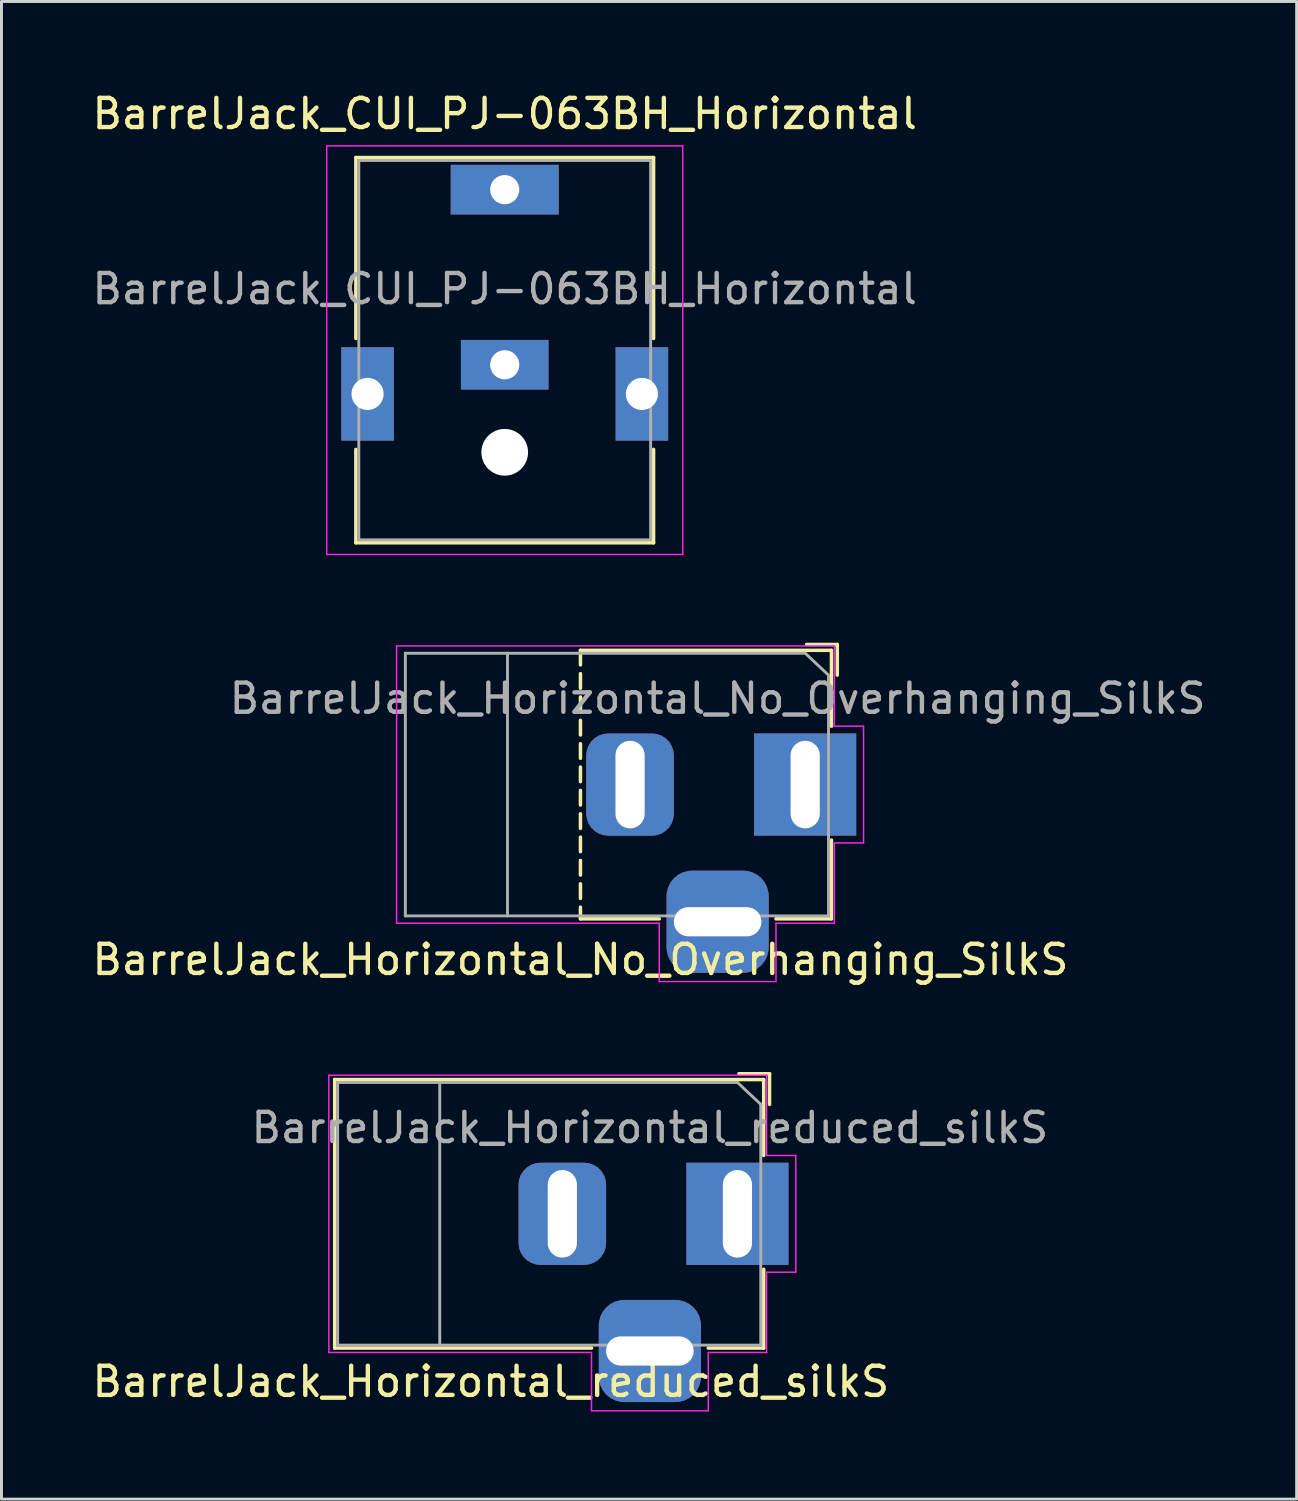
<source format=kicad_pcb>
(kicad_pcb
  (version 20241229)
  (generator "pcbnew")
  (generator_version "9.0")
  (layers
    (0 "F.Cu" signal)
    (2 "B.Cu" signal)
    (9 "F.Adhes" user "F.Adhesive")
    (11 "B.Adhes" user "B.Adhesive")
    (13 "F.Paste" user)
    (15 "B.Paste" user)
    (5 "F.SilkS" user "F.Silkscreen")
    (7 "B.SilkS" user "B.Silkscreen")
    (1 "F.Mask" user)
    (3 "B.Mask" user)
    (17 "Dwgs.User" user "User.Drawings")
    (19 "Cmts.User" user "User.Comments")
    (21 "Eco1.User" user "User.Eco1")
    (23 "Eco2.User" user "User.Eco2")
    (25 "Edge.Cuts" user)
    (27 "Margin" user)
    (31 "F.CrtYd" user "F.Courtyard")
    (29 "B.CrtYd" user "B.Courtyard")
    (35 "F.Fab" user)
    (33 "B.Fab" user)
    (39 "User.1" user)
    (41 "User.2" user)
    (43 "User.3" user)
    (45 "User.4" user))
  (footprint "BarrelJack_Horizontal_No_Overhanging_SilkS"
    (layer "F.Cu")
    (at 24.539 23.833)
    (property "Reference" "BarrelJack_Horizontal_No_Overhanging_SilkS" (at -7.7 6 0) (layer "F.SilkS") (effects (font (size 1 1) (thickness 0.15))))
    (attr through_hole)
    (fp_line (start -7.7 -4.6) (end -7.7 -4.1) (stroke (width 0.12) (type solid)) (layer "F.SilkS"))
    (fp_line (start -7.7 -3.8) (end -7.7 -3.3) (stroke (width 0.12) (type solid)) (layer "F.SilkS"))
    (fp_line (start -7.7 -3) (end -7.7 -2.5) (stroke (width 0.12) (type solid)) (layer "F.SilkS"))
    (fp_line (start -7.7 -2.2) (end -7.7 -1.7) (stroke (width 0.12) (type solid)) (layer "F.SilkS"))
    (fp_line (start -7.7 -1.4) (end -7.7 -0.9) (stroke (width 0.12) (type solid)) (layer "F.SilkS"))
    (fp_line (start -7.7 -0.6) (end -7.7 -0.1) (stroke (width 0.12) (type solid)) (layer "F.SilkS"))
    (fp_line (start -7.7 0.2) (end -7.7 0.7) (stroke (width 0.12) (type solid)) (layer "F.SilkS"))
    (fp_line (start -7.7 1) (end -7.7 1.5) (stroke (width 0.12) (type solid)) (layer "F.SilkS"))
    (fp_line (start -7.7 1.8) (end -7.7 2.3) (stroke (width 0.12) (type solid)) (layer "F.SilkS"))
    (fp_line (start -7.7 2.6) (end -7.7 3.1) (stroke (width 0.12) (type solid)) (layer "F.SilkS"))
    (fp_line (start -7.7 3.4) (end -7.7 3.9) (stroke (width 0.12) (type solid)) (layer "F.SilkS"))
    (fp_line (start -7.7 4.2) (end -7.7 4.6) (stroke (width 0.12) (type solid)) (layer "F.SilkS"))
    (fp_line (start -5 4.6) (end -7.7 4.6) (stroke (width 0.12) (type solid)) (layer "F.SilkS"))
    (fp_line (start 0.05 -4.8) (end 1.1 -4.8) (stroke (width 0.12) (type solid)) (layer "F.SilkS"))
    (fp_line (start 0.9 -4.6) (end -7.7 -4.6) (stroke (width 0.12) (type solid)) (layer "F.SilkS"))
    (fp_line (start 0.9 -4.6) (end 0.9 -2) (stroke (width 0.12) (type solid)) (layer "F.SilkS"))
    (fp_line (start 0.9 1.9) (end 0.9 4.6) (stroke (width 0.12) (type solid)) (layer "F.SilkS"))
    (fp_line (start 0.9 4.6) (end -1 4.6) (stroke (width 0.12) (type solid)) (layer "F.SilkS"))
    (fp_line (start 1.1 -3.75) (end 1.1 -4.8) (stroke (width 0.12) (type solid)) (layer "F.SilkS"))
    (fp_line (start -14 4.75) (end -14 -4.75) (stroke (width 0.05) (type solid)) (layer "F.CrtYd"))
    (fp_line (start -5 4.75) (end -14 4.75) (stroke (width 0.05) (type solid)) (layer "F.CrtYd"))
    (fp_line (start -5 6.75) (end -5 4.75) (stroke (width 0.05) (type solid)) (layer "F.CrtYd"))
    (fp_line (start -1 4.75) (end -1 6.75) (stroke (width 0.05) (type solid)) (layer "F.CrtYd"))
    (fp_line (start -1 6.75) (end -5 6.75) (stroke (width 0.05) (type solid)) (layer "F.CrtYd"))
    (fp_line (start 1 -4.75) (end -14 -4.75) (stroke (width 0.05) (type solid)) (layer "F.CrtYd"))
    (fp_line (start 1 -4.5) (end 1 -4.75) (stroke (width 0.05) (type solid)) (layer "F.CrtYd"))
    (fp_line (start 1 -4.5) (end 1 -2) (stroke (width 0.05) (type solid)) (layer "F.CrtYd"))
    (fp_line (start 1 -2) (end 2 -2) (stroke (width 0.05) (type solid)) (layer "F.CrtYd"))
    (fp_line (start 1 2) (end 1 4.75) (stroke (width 0.05) (type solid)) (layer "F.CrtYd"))
    (fp_line (start 1 4.75) (end -1 4.75) (stroke (width 0.05) (type solid)) (layer "F.CrtYd"))
    (fp_line (start 2 -2) (end 2 2) (stroke (width 0.05) (type solid)) (layer "F.CrtYd"))
    (fp_line (start 2 2) (end 1 2) (stroke (width 0.05) (type solid)) (layer "F.CrtYd"))
    (fp_line (start -13.7 -4.5) (end -13.7 4.5) (stroke (width 0.1) (type solid)) (layer "F.Fab"))
    (fp_line (start -13.7 4.5) (end 0.8 4.5) (stroke (width 0.1) (type solid)) (layer "F.Fab"))
    (fp_line (start -10.2 -4.5) (end -10.2 4.5) (stroke (width 0.1) (type solid)) (layer "F.Fab"))
    (fp_line (start -0.003 -4.505) (end 0.8 -3.75) (stroke (width 0.1) (type solid)) (layer "F.Fab"))
    (fp_line (start 0 -4.5) (end -13.7 -4.5) (stroke (width 0.1) (type solid)) (layer "F.Fab"))
    (fp_line (start 0.8 4.5) (end 0.8 -3.75) (stroke (width 0.1) (type solid)) (layer "F.Fab"))
    (fp_text user "${REFERENCE}" (at -3 -2.95 0) (layer "F.Fab") (effects (font (size 1 1) (thickness 0.15))))
    (pad "1" thru_hole rect (at 0 0) (size 3.5 3.5) (drill oval 1 3) (layers "*.Cu" "*.Mask"))
    (pad "2" thru_hole roundrect (at -6 0) (size 3 3.5) (drill oval 1 3) (layers "*.Cu" "*.Mask") (roundrect_rratio 0.25))
    (pad "3" thru_hole roundrect (at -3 4.7) (size 3.5 3.5) (drill oval 3 1) (layers "*.Cu" "*.Mask") (roundrect_rratio 0.25)))
  (footprint "BarrelJack_CUI_PJ-063BH_Horizontal"
    (layer "F.Cu")
    (at 14.244 3.448)
    (property "Reference" "BarrelJack_CUI_PJ-063BH_Horizontal" (at 0 -2.6 0) (layer "F.SilkS") (effects (font (size 1 1) (thickness 0.15))))
    (attr through_hole)
    (fp_line (start -5.1 -1.1) (end -5.1 5.1) (stroke (width 0.12) (type solid)) (layer "F.SilkS"))
    (fp_line (start -5.1 -1.1) (end 5.1 -1.1) (stroke (width 0.12) (type solid)) (layer "F.SilkS"))
    (fp_line (start -5.1 8.9) (end -5.1 12.1) (stroke (width 0.12) (type solid)) (layer "F.SilkS"))
    (fp_line (start -5.1 12.1) (end 5.1 12.1) (stroke (width 0.12) (type solid)) (layer "F.SilkS"))
    (fp_line (start 5.1 -1.1) (end 5.1 5.1) (stroke (width 0.12) (type solid)) (layer "F.SilkS"))
    (fp_line (start 5.1 12.1) (end 5.1 8.9) (stroke (width 0.12) (type solid)) (layer "F.SilkS"))
    (fp_line (start -6.1 -1.5) (end 6.1 -1.5) (stroke (width 0.05) (type solid)) (layer "F.CrtYd"))
    (fp_line (start -6.1 12.5) (end -6.1 -1.5) (stroke (width 0.05) (type solid)) (layer "F.CrtYd"))
    (fp_line (start 6.1 12.5) (end -6.1 12.5) (stroke (width 0.05) (type solid)) (layer "F.CrtYd"))
    (fp_line (start 6.1 12.5) (end 6.1 -1.5) (stroke (width 0.05) (type solid)) (layer "F.CrtYd"))
    (fp_line (start -5 -1) (end 5 -1) (stroke (width 0.1) (type solid)) (layer "F.Fab"))
    (fp_line (start -5 12) (end -5 -1) (stroke (width 0.1) (type solid)) (layer "F.Fab"))
    (fp_line (start -5 12) (end 5 12) (stroke (width 0.1) (type solid)) (layer "F.Fab"))
    (fp_line (start 5 -1) (end 5 12) (stroke (width 0.1) (type solid)) (layer "F.Fab"))
    (fp_text user "${REFERENCE}" (at 0 3.4 0) (layer "F.Fab") (effects (font (size 1 1) (thickness 0.15))))
    (pad "" np_thru_hole circle (at 0 9 90) (size 1.6 1.6) (drill 1.6) (layers "*.Cu" "*.Paste" "*.Mask"))
    (pad "1" thru_hole rect (at 0 0 90) (size 1.7 3.7) (drill 1) (layers "*.Cu" "*.Paste" "*.Mask"))
    (pad "2" thru_hole rect (at 0 6 90) (size 1.7 3) (drill 1) (layers "*.Cu" "*.Paste" "*.Mask"))
    (pad "3" thru_hole rect (at -4.7 7 90) (size 3.2 1.8) (drill 1.1) (layers "*.Cu" "*.Paste" "*.Mask"))
    (pad "3" thru_hole rect (at 4.7 7 90) (size 3.2 1.8) (drill 1.1) (layers "*.Cu" "*.Paste" "*.Mask")))
  (footprint "BarrelJack_Horizontal_reduced_silkS"
    (layer "F.Cu")
    (at 22.218 38.541)
    (property "Reference" "BarrelJack_Horizontal_reduced_silkS" (at -8.45 5.75 0) (layer "F.SilkS") (effects (font (size 1 1) (thickness 0.15))))
    (attr through_hole)
    (fp_line (start -13.8 -4.6) (end 0.9 -4.6) (stroke (width 0.12) (type solid)) (layer "F.SilkS"))
    (fp_line (start -13.8 4.6) (end -13.8 -4.6) (stroke (width 0.12) (type solid)) (layer "F.SilkS"))
    (fp_line (start -5 4.6) (end -13.8 4.6) (stroke (width 0.12) (type solid)) (layer "F.SilkS"))
    (fp_line (start 0.05 -4.8) (end 1.1 -4.8) (stroke (width 0.12) (type solid)) (layer "F.SilkS"))
    (fp_line (start 0.9 -4.6) (end 0.9 -2) (stroke (width 0.12) (type solid)) (layer "F.SilkS"))
    (fp_line (start 0.9 1.9) (end 0.9 4.6) (stroke (width 0.12) (type solid)) (layer "F.SilkS"))
    (fp_line (start 0.9 4.6) (end -1 4.6) (stroke (width 0.12) (type solid)) (layer "F.SilkS"))
    (fp_line (start 1.1 -3.75) (end 1.1 -4.8) (stroke (width 0.12) (type solid)) (layer "F.SilkS"))
    (fp_line (start -14 4.75) (end -14 -4.75) (stroke (width 0.05) (type solid)) (layer "F.CrtYd"))
    (fp_line (start -5 4.75) (end -14 4.75) (stroke (width 0.05) (type solid)) (layer "F.CrtYd"))
    (fp_line (start -5 6.75) (end -5 4.75) (stroke (width 0.05) (type solid)) (layer "F.CrtYd"))
    (fp_line (start -1 4.75) (end -1 6.75) (stroke (width 0.05) (type solid)) (layer "F.CrtYd"))
    (fp_line (start -1 6.75) (end -5 6.75) (stroke (width 0.05) (type solid)) (layer "F.CrtYd"))
    (fp_line (start 1 -4.75) (end -14 -4.75) (stroke (width 0.05) (type solid)) (layer "F.CrtYd"))
    (fp_line (start 1 -4.5) (end 1 -4.75) (stroke (width 0.05) (type solid)) (layer "F.CrtYd"))
    (fp_line (start 1 -4.5) (end 1 -2) (stroke (width 0.05) (type solid)) (layer "F.CrtYd"))
    (fp_line (start 1 -2) (end 2 -2) (stroke (width 0.05) (type solid)) (layer "F.CrtYd"))
    (fp_line (start 1 2) (end 1 4.75) (stroke (width 0.05) (type solid)) (layer "F.CrtYd"))
    (fp_line (start 1 4.75) (end -1 4.75) (stroke (width 0.05) (type solid)) (layer "F.CrtYd"))
    (fp_line (start 2 -2) (end 2 2) (stroke (width 0.05) (type solid)) (layer "F.CrtYd"))
    (fp_line (start 2 2) (end 1 2) (stroke (width 0.05) (type solid)) (layer "F.CrtYd"))
    (fp_line (start -13.7 -4.5) (end -13.7 4.5) (stroke (width 0.1) (type solid)) (layer "F.Fab"))
    (fp_line (start -13.7 4.5) (end 0.8 4.5) (stroke (width 0.1) (type solid)) (layer "F.Fab"))
    (fp_line (start -10.2 -4.5) (end -10.2 4.5) (stroke (width 0.1) (type solid)) (layer "F.Fab"))
    (fp_line (start -0.003 -4.505) (end 0.8 -3.75) (stroke (width 0.1) (type solid)) (layer "F.Fab"))
    (fp_line (start 0 -4.5) (end -13.7 -4.5) (stroke (width 0.1) (type solid)) (layer "F.Fab"))
    (fp_line (start 0.8 4.5) (end 0.8 -3.75) (stroke (width 0.1) (type solid)) (layer "F.Fab"))
    (fp_text user "${REFERENCE}" (at -3 -2.95 0) (layer "F.Fab") (effects (font (size 1 1) (thickness 0.15))))
    (pad "1" thru_hole rect (at 0 0) (size 3.5 3.5) (drill oval 1 3) (layers "*.Cu" "*.Mask"))
    (pad "2" thru_hole roundrect (at -6 0) (size 3 3.5) (drill oval 1 3) (layers "*.Cu" "*.Mask") (roundrect_rratio 0.25))
    (pad "3" thru_hole roundrect (at -3 4.7) (size 3.5 3.5) (drill oval 3 1) (layers "*.Cu" "*.Mask") (roundrect_rratio 0.25)))
  (gr_rect
    (start -3 -3)
    (end 41.379 48.316)
    (stroke (width 0.1) (type default))
    (fill no)
    (layer "Edge.Cuts")))
</source>
